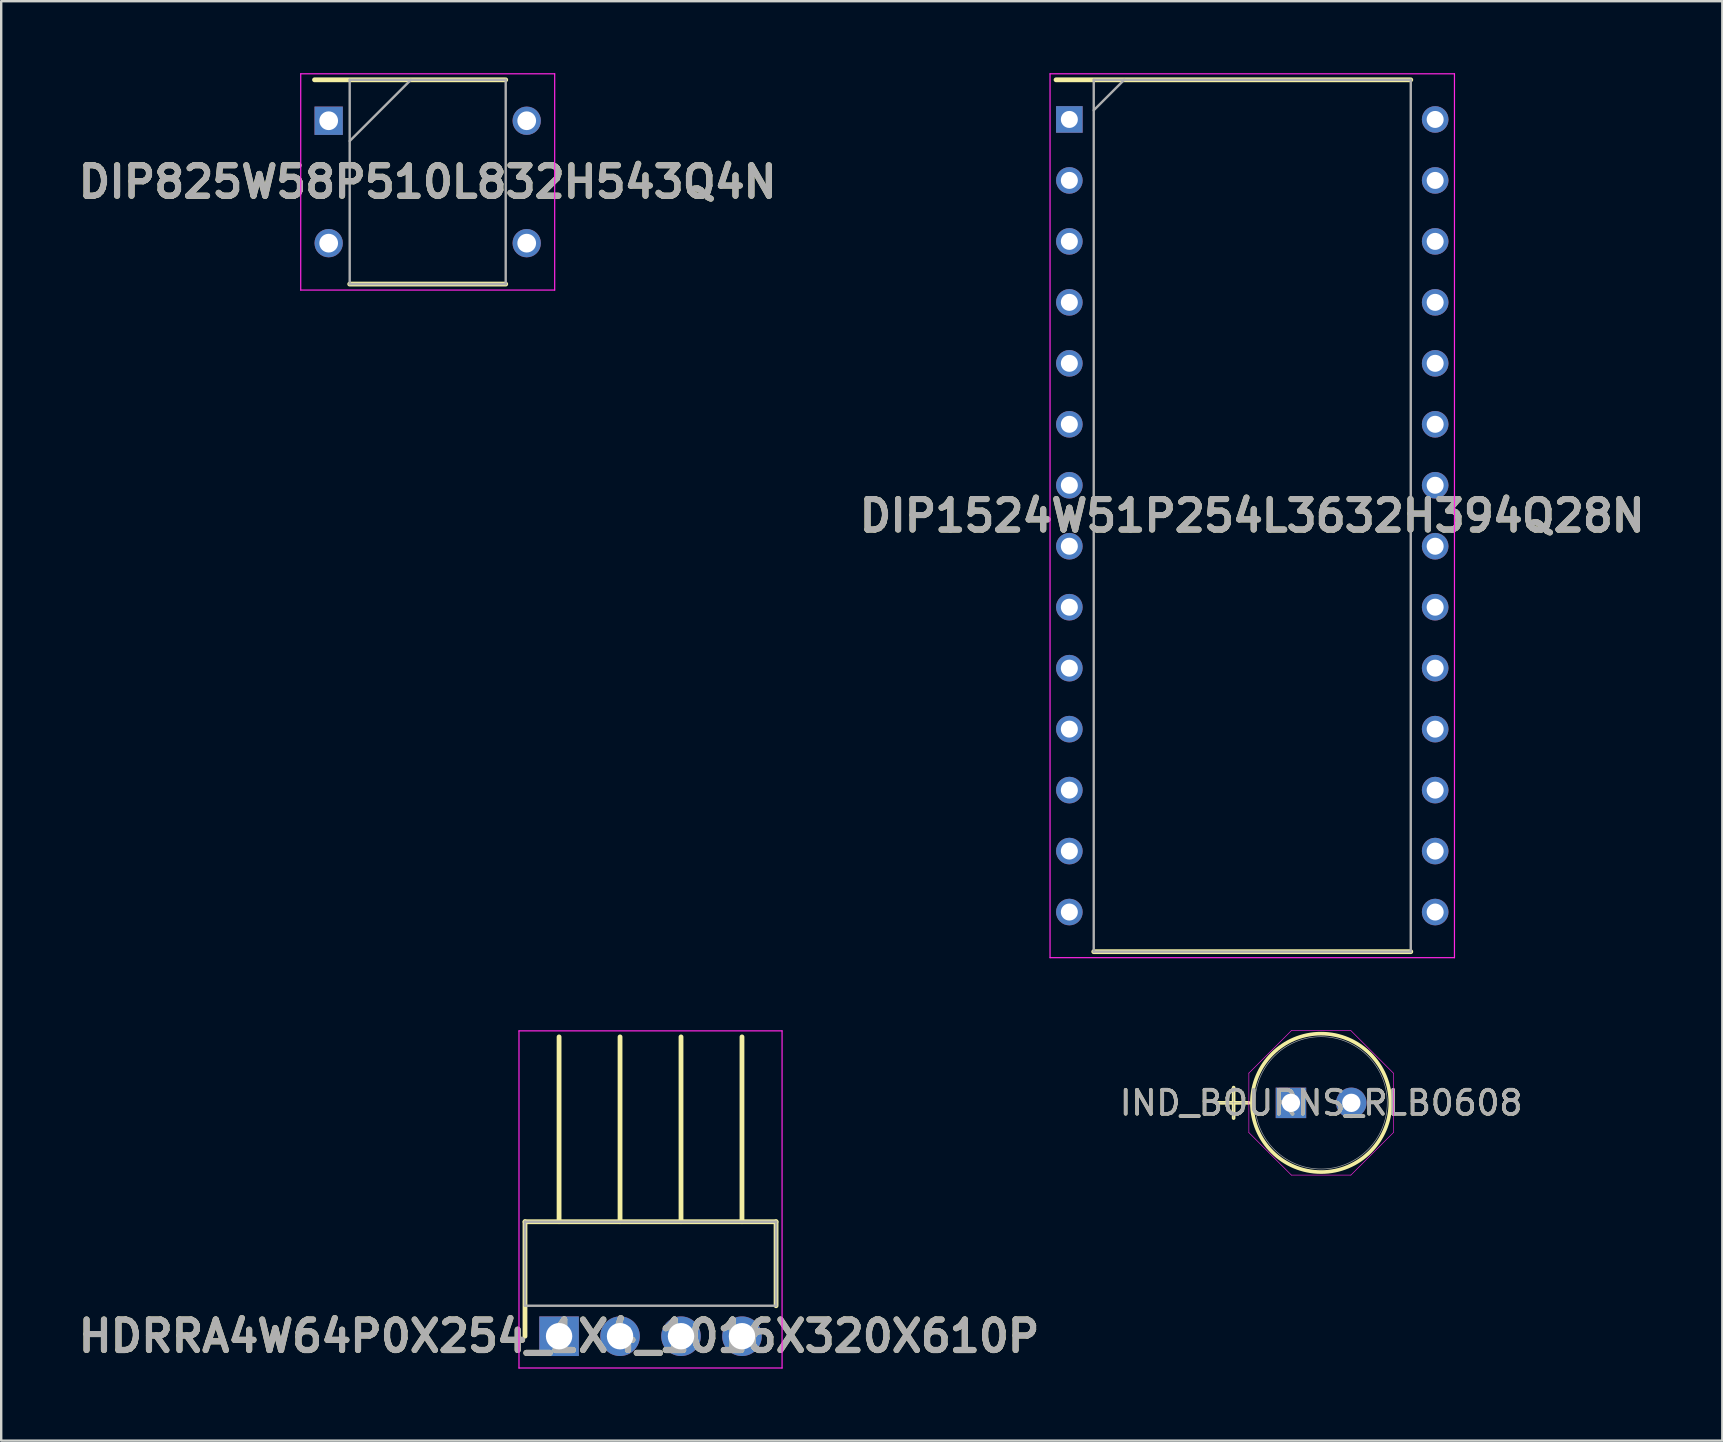
<source format=kicad_pcb>
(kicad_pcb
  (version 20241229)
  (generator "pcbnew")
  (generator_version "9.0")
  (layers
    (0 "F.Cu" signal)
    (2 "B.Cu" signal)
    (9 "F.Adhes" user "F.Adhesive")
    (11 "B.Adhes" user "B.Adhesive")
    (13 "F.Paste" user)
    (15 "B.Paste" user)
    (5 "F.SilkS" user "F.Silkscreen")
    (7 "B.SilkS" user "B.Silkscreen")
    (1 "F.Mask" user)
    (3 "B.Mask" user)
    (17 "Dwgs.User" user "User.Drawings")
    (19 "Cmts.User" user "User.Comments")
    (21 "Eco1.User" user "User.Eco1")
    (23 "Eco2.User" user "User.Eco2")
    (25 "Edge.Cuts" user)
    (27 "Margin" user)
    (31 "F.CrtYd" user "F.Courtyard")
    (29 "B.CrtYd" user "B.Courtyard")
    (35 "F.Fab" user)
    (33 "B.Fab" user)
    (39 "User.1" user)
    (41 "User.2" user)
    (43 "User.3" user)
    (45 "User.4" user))
  (footprint "HDRRA4W64P0X254_1X4_1016X320X610P"
    (layer "F.Cu")
    (at 20.241 52.617)
    (property "Reference" "HDRRA4W64P0X254_1X4_1016X320X610P" (at 0 0 0) (layer "F.SilkS") (effects (font (size 1.27 1.27) (thickness 0.254))))
    (attr through_hole)
    (fp_line (start -1.42 -4.77) (end 9.04 -4.77) (stroke (width 0.2) (type solid)) (layer "F.SilkS"))
    (fp_line (start -1.42 0) (end -1.42 -4.77) (stroke (width 0.2) (type solid)) (layer "F.SilkS"))
    (fp_line (start 0 -4.77) (end 0 -12.47) (stroke (width 0.2) (type solid)) (layer "F.SilkS"))
    (fp_line (start 2.54 -4.77) (end 2.54 -12.47) (stroke (width 0.2) (type solid)) (layer "F.SilkS"))
    (fp_line (start 5.08 -4.77) (end 5.08 -12.47) (stroke (width 0.2) (type solid)) (layer "F.SilkS"))
    (fp_line (start 7.62 -4.77) (end 7.62 -12.47) (stroke (width 0.2) (type solid)) (layer "F.SilkS"))
    (fp_line (start 9.04 -4.77) (end 9.04 -1.27) (stroke (width 0.2) (type solid)) (layer "F.SilkS"))
    (fp_line (start -1.67 -12.72) (end -1.67 1.325) (stroke (width 0.05) (type solid)) (layer "F.CrtYd"))
    (fp_line (start -1.67 1.325) (end 9.29 1.325) (stroke (width 0.05) (type solid)) (layer "F.CrtYd"))
    (fp_line (start 9.29 -12.72) (end -1.67 -12.72) (stroke (width 0.05) (type solid)) (layer "F.CrtYd"))
    (fp_line (start 9.29 1.325) (end 9.29 -12.72) (stroke (width 0.05) (type solid)) (layer "F.CrtYd"))
    (fp_line (start -1.42 -4.77) (end 9.04 -4.77) (stroke (width 0.1) (type solid)) (layer "F.Fab"))
    (fp_line (start -1.42 -1.27) (end -1.42 -4.77) (stroke (width 0.1) (type solid)) (layer "F.Fab"))
    (fp_line (start 9.04 -4.77) (end 9.04 -1.27) (stroke (width 0.1) (type solid)) (layer "F.Fab"))
    (fp_line (start 9.04 -1.27) (end -1.42 -1.27) (stroke (width 0.1) (type solid)) (layer "F.Fab"))
    (fp_text user "${REFERENCE}" (at 0 0 0) (layer "F.Fab") (effects (font (size 1.27 1.27) (thickness 0.254))))
    (pad "1" thru_hole rect (at 0 0) (size 1.65 1.65) (drill 1.1) (layers "*.Cu" "*.Mask"))
    (pad "2" thru_hole circle (at 2.54 0) (size 1.65 1.65) (drill 1.1) (layers "*.Cu" "*.Mask"))
    (pad "3" thru_hole circle (at 5.08 0) (size 1.65 1.65) (drill 1.1) (layers "*.Cu" "*.Mask"))
    (pad "4" thru_hole circle (at 7.62 0) (size 1.65 1.65) (drill 1.1) (layers "*.Cu" "*.Mask")))
  (footprint "DIP825W58P510L832H543Q4N"
    (layer "F.Cu")
    (at 14.768 4.53)
    (property "Reference" "DIP825W58P510L832H543Q4N" (at 0 0 0) (layer "F.SilkS") (effects (font (size 1.27 1.27) (thickness 0.254))))
    (attr through_hole)
    (fp_line (start -4.715 -4.255) (end 3.25 -4.255) (stroke (width 0.2) (type solid)) (layer "F.SilkS"))
    (fp_line (start -3.25 4.255) (end 3.25 4.255) (stroke (width 0.2) (type solid)) (layer "F.SilkS"))
    (fp_line (start -5.29 -4.505) (end 5.29 -4.505) (stroke (width 0.05) (type solid)) (layer "F.CrtYd"))
    (fp_line (start -5.29 4.505) (end -5.29 -4.505) (stroke (width 0.05) (type solid)) (layer "F.CrtYd"))
    (fp_line (start 5.29 -4.505) (end 5.29 4.505) (stroke (width 0.05) (type solid)) (layer "F.CrtYd"))
    (fp_line (start 5.29 4.505) (end -5.29 4.505) (stroke (width 0.05) (type solid)) (layer "F.CrtYd"))
    (fp_line (start -3.25 -4.255) (end 3.25 -4.255) (stroke (width 0.1) (type solid)) (layer "F.Fab"))
    (fp_line (start -3.25 -1.705) (end -0.7 -4.255) (stroke (width 0.1) (type solid)) (layer "F.Fab"))
    (fp_line (start -3.25 4.255) (end -3.25 -4.255) (stroke (width 0.1) (type solid)) (layer "F.Fab"))
    (fp_line (start 3.25 -4.255) (end 3.25 4.255) (stroke (width 0.1) (type solid)) (layer "F.Fab"))
    (fp_line (start 3.25 4.255) (end -3.25 4.255) (stroke (width 0.1) (type solid)) (layer "F.Fab"))
    (fp_text user "${REFERENCE}" (at 0 0 0) (layer "F.Fab") (effects (font (size 1.27 1.27) (thickness 0.254))))
    (pad "1" thru_hole rect (at -4.125 -2.55) (size 1.18 1.18) (drill 0.78) (layers "*.Cu" "*.Mask"))
    (pad "2" thru_hole circle (at -4.125 2.55) (size 1.18 1.18) (drill 0.78) (layers "*.Cu" "*.Mask"))
    (pad "3" thru_hole circle (at 4.125 2.55) (size 1.18 1.18) (drill 0.78) (layers "*.Cu" "*.Mask"))
    (pad "4" thru_hole circle (at 4.125 -2.55) (size 1.18 1.18) (drill 0.78) (layers "*.Cu" "*.Mask")))
  (footprint "IND_BOURNS_RLB0608"
    (layer "F.Cu")
    (at 50.731 42.895)
    (property "Reference" "IND_BOURNS_RLB0608" (at 1.257 0 0) (unlocked yes) (layer "F.SilkS") (effects (font (size 1 1) (thickness 0.15))))
    (attr through_hole)
    (fp_line (start -3.023 0) (end -1.753 0) (stroke (width 0.152) (type solid)) (layer "F.SilkS"))
    (fp_line (start -2.388 -0.635) (end -2.388 0.635) (stroke (width 0.152) (type solid)) (layer "F.SilkS"))
    (fp_circle (center 1.257 0) (end 4.14 0) (stroke (width 0.152) (type solid)) (fill no) (layer "F.SilkS"))
    (fp_line (start -1.753 -1.239) (end 0.018 -3.01) (stroke (width 0.025) (type solid)) (layer "F.CrtYd"))
    (fp_line (start -1.753 1.239) (end -1.753 -1.239) (stroke (width 0.025) (type solid)) (layer "F.CrtYd"))
    (fp_line (start 0.018 -3.01) (end 2.497 -3.01) (stroke (width 0.025) (type solid)) (layer "F.CrtYd"))
    (fp_line (start 0.018 3.01) (end -1.753 1.239) (stroke (width 0.025) (type solid)) (layer "F.CrtYd"))
    (fp_line (start 2.497 -3.01) (end 4.267 -1.239) (stroke (width 0.025) (type solid)) (layer "F.CrtYd"))
    (fp_line (start 2.497 3.01) (end 0.018 3.01) (stroke (width 0.025) (type solid)) (layer "F.CrtYd"))
    (fp_line (start 4.267 -1.239) (end 4.267 1.239) (stroke (width 0.025) (type solid)) (layer "F.CrtYd"))
    (fp_line (start 4.267 1.239) (end 2.497 3.01) (stroke (width 0.025) (type solid)) (layer "F.CrtYd"))
    (fp_line (start -3.023 0) (end -1.753 0) (stroke (width 0.025) (type solid)) (layer "F.Fab"))
    (fp_line (start -2.388 -0.635) (end -2.388 0.635) (stroke (width 0.025) (type solid)) (layer "F.Fab"))
    (fp_circle (center 1.257 0) (end 4.013 0) (stroke (width 0.025) (type solid)) (fill no) (layer "F.Fab"))
    (fp_text user "${REFERENCE}" (at 1.257 0 0) (unlocked yes) (layer "F.Fab") (effects (font (size 1 1) (thickness 0.15))))
    (pad "1" thru_hole rect (at 0 0) (size 1.27 1.27) (drill 0.762) (layers "*.Cu" "*.Mask"))
    (pad "2" thru_hole circle (at 2.515 0) (size 1.27 1.27) (drill 0.762) (layers "*.Cu" "*.Mask")))
  (footprint "DIP1524W51P254L3632H394Q28N"
    (layer "F.Cu")
    (at 49.119 18.436)
    (property "Reference" "DIP1524W51P254L3632H394Q28N" (at 0 0 0) (layer "F.SilkS") (effects (font (size 1.27 1.27) (thickness 0.254))))
    (attr through_hole)
    (fp_line (start -8.174 -18.161) (end 6.604 -18.161) (stroke (width 0.2) (type solid)) (layer "F.SilkS"))
    (fp_line (start -6.604 18.161) (end 6.604 18.161) (stroke (width 0.2) (type solid)) (layer "F.SilkS"))
    (fp_line (start -8.424 -18.411) (end 8.424 -18.411) (stroke (width 0.05) (type solid)) (layer "F.CrtYd"))
    (fp_line (start -8.424 18.411) (end -8.424 -18.411) (stroke (width 0.05) (type solid)) (layer "F.CrtYd"))
    (fp_line (start 8.424 -18.411) (end 8.424 18.411) (stroke (width 0.05) (type solid)) (layer "F.CrtYd"))
    (fp_line (start 8.424 18.411) (end -8.424 18.411) (stroke (width 0.05) (type solid)) (layer "F.CrtYd"))
    (fp_line (start -6.604 -18.161) (end 6.604 -18.161) (stroke (width 0.1) (type solid)) (layer "F.Fab"))
    (fp_line (start -6.604 -16.891) (end -5.334 -18.161) (stroke (width 0.1) (type solid)) (layer "F.Fab"))
    (fp_line (start -6.604 18.161) (end -6.604 -18.161) (stroke (width 0.1) (type solid)) (layer "F.Fab"))
    (fp_line (start 6.604 -18.161) (end 6.604 18.161) (stroke (width 0.1) (type solid)) (layer "F.Fab"))
    (fp_line (start 6.604 18.161) (end -6.604 18.161) (stroke (width 0.1) (type solid)) (layer "F.Fab"))
    (fp_text user "${REFERENCE}" (at 0 0 0) (layer "F.Fab") (effects (font (size 1.27 1.27) (thickness 0.254))))
    (pad "1" thru_hole rect (at -7.62 -16.51) (size 1.108 1.108) (drill 0.708) (layers "*.Cu" "*.Mask"))
    (pad "2" thru_hole circle (at -7.62 -13.97) (size 1.108 1.108) (drill 0.708) (layers "*.Cu" "*.Mask"))
    (pad "3" thru_hole circle (at -7.62 -11.43) (size 1.108 1.108) (drill 0.708) (layers "*.Cu" "*.Mask"))
    (pad "4" thru_hole circle (at -7.62 -8.89) (size 1.108 1.108) (drill 0.708) (layers "*.Cu" "*.Mask"))
    (pad "5" thru_hole circle (at -7.62 -6.35) (size 1.108 1.108) (drill 0.708) (layers "*.Cu" "*.Mask"))
    (pad "6" thru_hole circle (at -7.62 -3.81) (size 1.108 1.108) (drill 0.708) (layers "*.Cu" "*.Mask"))
    (pad "7" thru_hole circle (at -7.62 -1.27) (size 1.108 1.108) (drill 0.708) (layers "*.Cu" "*.Mask"))
    (pad "8" thru_hole circle (at -7.62 1.27) (size 1.108 1.108) (drill 0.708) (layers "*.Cu" "*.Mask"))
    (pad "9" thru_hole circle (at -7.62 3.81) (size 1.108 1.108) (drill 0.708) (layers "*.Cu" "*.Mask"))
    (pad "10" thru_hole circle (at -7.62 6.35) (size 1.108 1.108) (drill 0.708) (layers "*.Cu" "*.Mask"))
    (pad "11" thru_hole circle (at -7.62 8.89) (size 1.108 1.108) (drill 0.708) (layers "*.Cu" "*.Mask"))
    (pad "12" thru_hole circle (at -7.62 11.43) (size 1.108 1.108) (drill 0.708) (layers "*.Cu" "*.Mask"))
    (pad "13" thru_hole circle (at -7.62 13.97) (size 1.108 1.108) (drill 0.708) (layers "*.Cu" "*.Mask"))
    (pad "14" thru_hole circle (at -7.62 16.51) (size 1.108 1.108) (drill 0.708) (layers "*.Cu" "*.Mask"))
    (pad "15" thru_hole circle (at 7.62 16.51) (size 1.108 1.108) (drill 0.708) (layers "*.Cu" "*.Mask"))
    (pad "16" thru_hole circle (at 7.62 13.97) (size 1.108 1.108) (drill 0.708) (layers "*.Cu" "*.Mask"))
    (pad "17" thru_hole circle (at 7.62 11.43) (size 1.108 1.108) (drill 0.708) (layers "*.Cu" "*.Mask"))
    (pad "18" thru_hole circle (at 7.62 8.89) (size 1.108 1.108) (drill 0.708) (layers "*.Cu" "*.Mask"))
    (pad "19" thru_hole circle (at 7.62 6.35) (size 1.108 1.108) (drill 0.708) (layers "*.Cu" "*.Mask"))
    (pad "20" thru_hole circle (at 7.62 3.81) (size 1.108 1.108) (drill 0.708) (layers "*.Cu" "*.Mask"))
    (pad "21" thru_hole circle (at 7.62 1.27) (size 1.108 1.108) (drill 0.708) (layers "*.Cu" "*.Mask"))
    (pad "22" thru_hole circle (at 7.62 -1.27) (size 1.108 1.108) (drill 0.708) (layers "*.Cu" "*.Mask"))
    (pad "23" thru_hole circle (at 7.62 -3.81) (size 1.108 1.108) (drill 0.708) (layers "*.Cu" "*.Mask"))
    (pad "24" thru_hole circle (at 7.62 -6.35) (size 1.108 1.108) (drill 0.708) (layers "*.Cu" "*.Mask"))
    (pad "25" thru_hole circle (at 7.62 -8.89) (size 1.108 1.108) (drill 0.708) (layers "*.Cu" "*.Mask"))
    (pad "26" thru_hole circle (at 7.62 -11.43) (size 1.108 1.108) (drill 0.708) (layers "*.Cu" "*.Mask"))
    (pad "27" thru_hole circle (at 7.62 -13.97) (size 1.108 1.108) (drill 0.708) (layers "*.Cu" "*.Mask"))
    (pad "28" thru_hole circle (at 7.62 -16.51) (size 1.108 1.108) (drill 0.708) (layers "*.Cu" "*.Mask")))
  (gr_rect
    (start -3 -3)
    (end 68.702 56.967)
    (stroke (width 0.1) (type default))
    (fill no)
    (layer "Edge.Cuts")))
</source>
